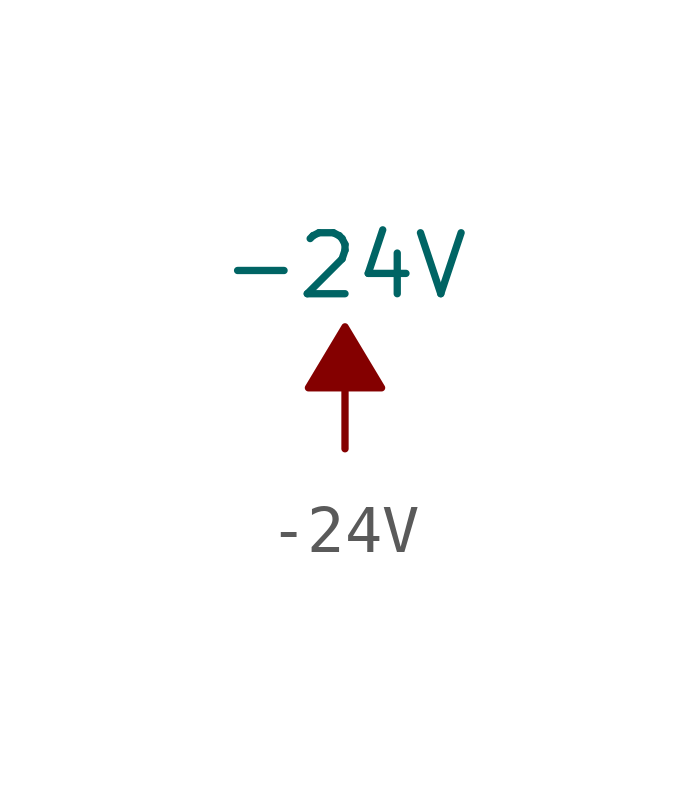
<source format=kicad_sym>
(kicad_symbol_lib
  (version 20201005)
  (generator kicad_symbol_editor)
  (symbol "-24V"
    (power)
    (pin_names
      (offset 0))
    (property "Reference" "#PWR"
      (at 0 2.54 0)
      (effects (font (size 1.27 1.27)) hide))
    (property "Value" "-24V"
      (at 0 3.81 0)
      (effects (font (size 1.27 1.27))))
    (symbol "-24V_0_0"
      (pin power_in line (at 0 0 90) (length 0) hide (name "-24V" (effects (font (size 1.27 1.27)))) (number "1" (effects (font (size 1.27 1.27))))))
    (symbol "-24V_0_1"
      (polyline (pts (xy 0 0) (xy 0 1.27) (xy 0.762 1.27) (xy 0 2.54) (xy -0.762 1.27) (xy 0 1.27)) (stroke (width 0)) (fill (type outline))))))
</source>
